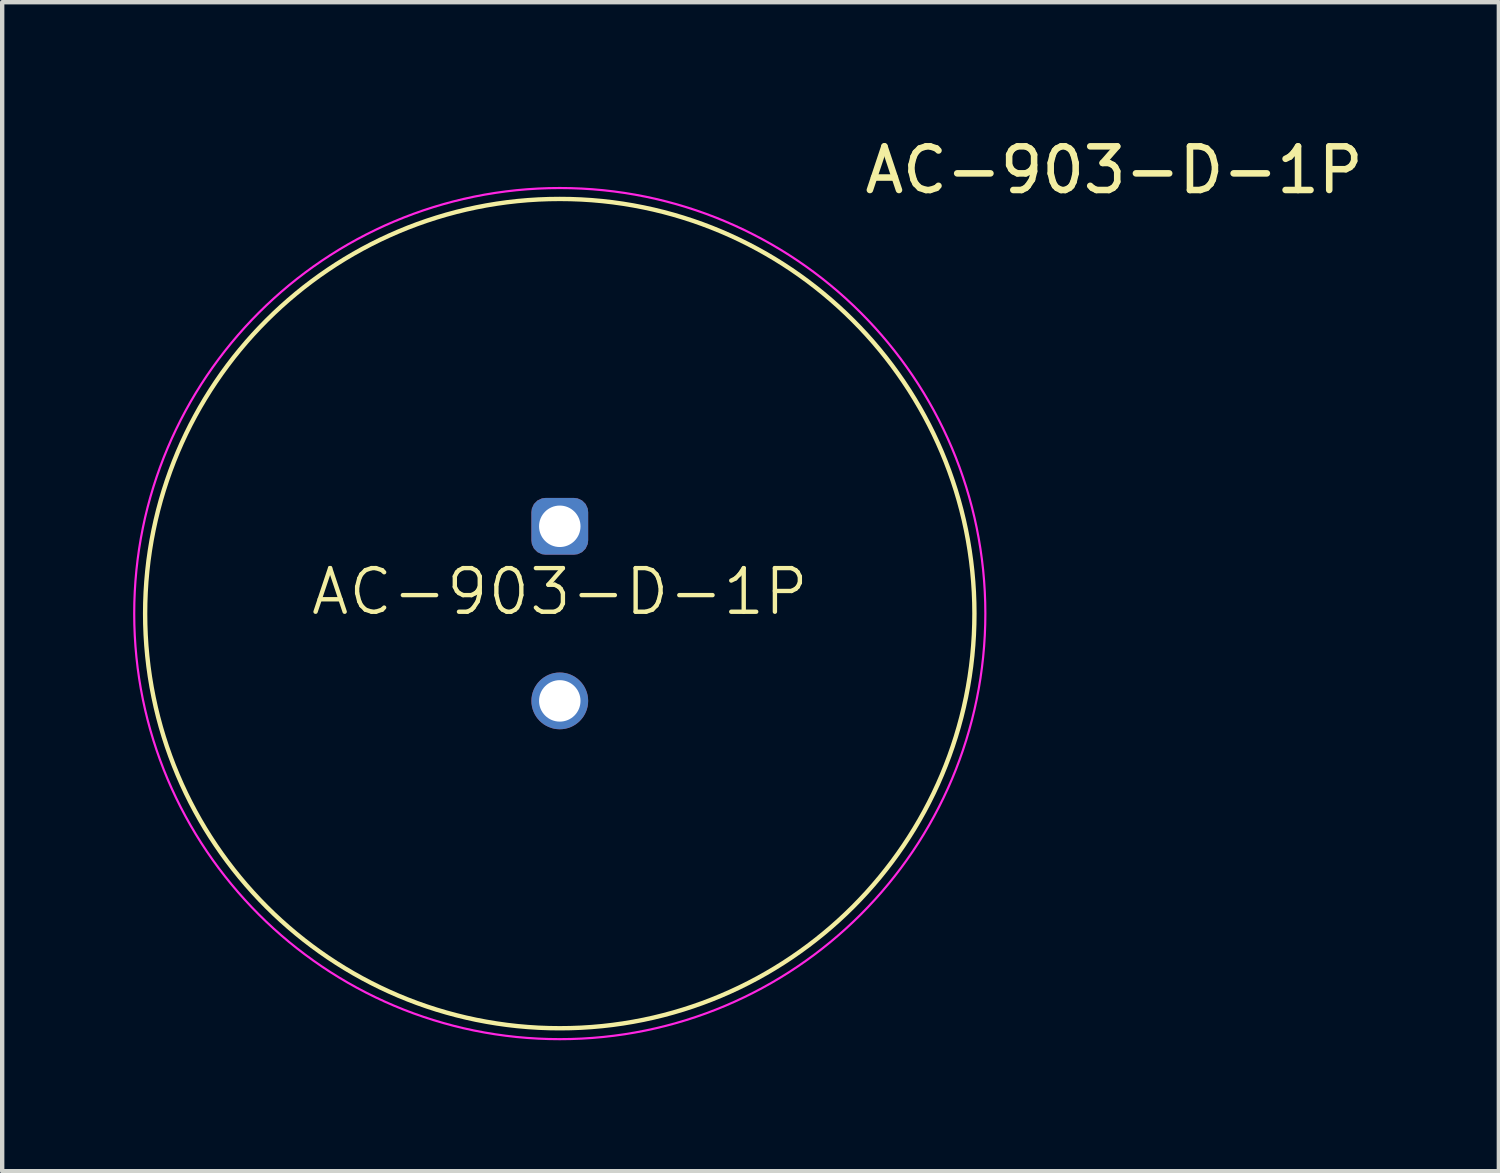
<source format=kicad_pcb>
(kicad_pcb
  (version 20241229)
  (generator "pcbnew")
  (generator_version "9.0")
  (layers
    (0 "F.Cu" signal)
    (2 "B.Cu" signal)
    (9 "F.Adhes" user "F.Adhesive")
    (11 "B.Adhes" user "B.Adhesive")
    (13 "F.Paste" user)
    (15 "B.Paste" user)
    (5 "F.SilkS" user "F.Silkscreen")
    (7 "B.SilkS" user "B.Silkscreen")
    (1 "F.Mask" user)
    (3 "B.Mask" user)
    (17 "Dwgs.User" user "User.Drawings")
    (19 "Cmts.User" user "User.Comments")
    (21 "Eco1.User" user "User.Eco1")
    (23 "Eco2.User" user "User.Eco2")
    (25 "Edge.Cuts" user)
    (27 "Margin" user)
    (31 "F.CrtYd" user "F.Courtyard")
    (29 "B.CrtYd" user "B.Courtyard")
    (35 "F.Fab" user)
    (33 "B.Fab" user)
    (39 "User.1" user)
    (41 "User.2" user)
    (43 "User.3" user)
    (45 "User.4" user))
  (footprint "AC-903-D-1P"
    (layer "F.Cu")
    (at 9.775 11.008)
    (property "Reference" "AC-903-D-1P" (at 0 -0.5 0) (unlocked yes) (layer "F.SilkS") (effects (font (size 1 1) (thickness 0.1))))
    (attr through_hole)
    (fp_circle (center 0 0) (end 9.5 0) (stroke (width 0.1) (type default)) (fill no) (layer "F.SilkS"))
    (fp_circle (center 0 0) (end 9.75 0) (stroke (width 0.05) (type default)) (fill no) (layer "F.CrtYd"))
    (fp_text user "${REFERENCE}" (at 12.7 -10.16 0) (unlocked yes) (layer "F.SilkS") (effects (font (size 1 1) (thickness 0.15))))
    (pad "1" thru_hole roundrect (at 0 -2) (size 1.3 1.3) (drill 0.95) (layers "*.Cu" "*.Mask") (roundrect_rratio 0.25))
    (pad "2" thru_hole circle (at 0 2) (size 1.3 1.3) (drill 0.95) (layers "*.Cu" "*.Mask")))
  (gr_rect
    (start -3 -3)
    (end 31.29 23.783)
    (stroke (width 0.1) (type default))
    (fill no)
    (layer "Edge.Cuts")))
</source>
